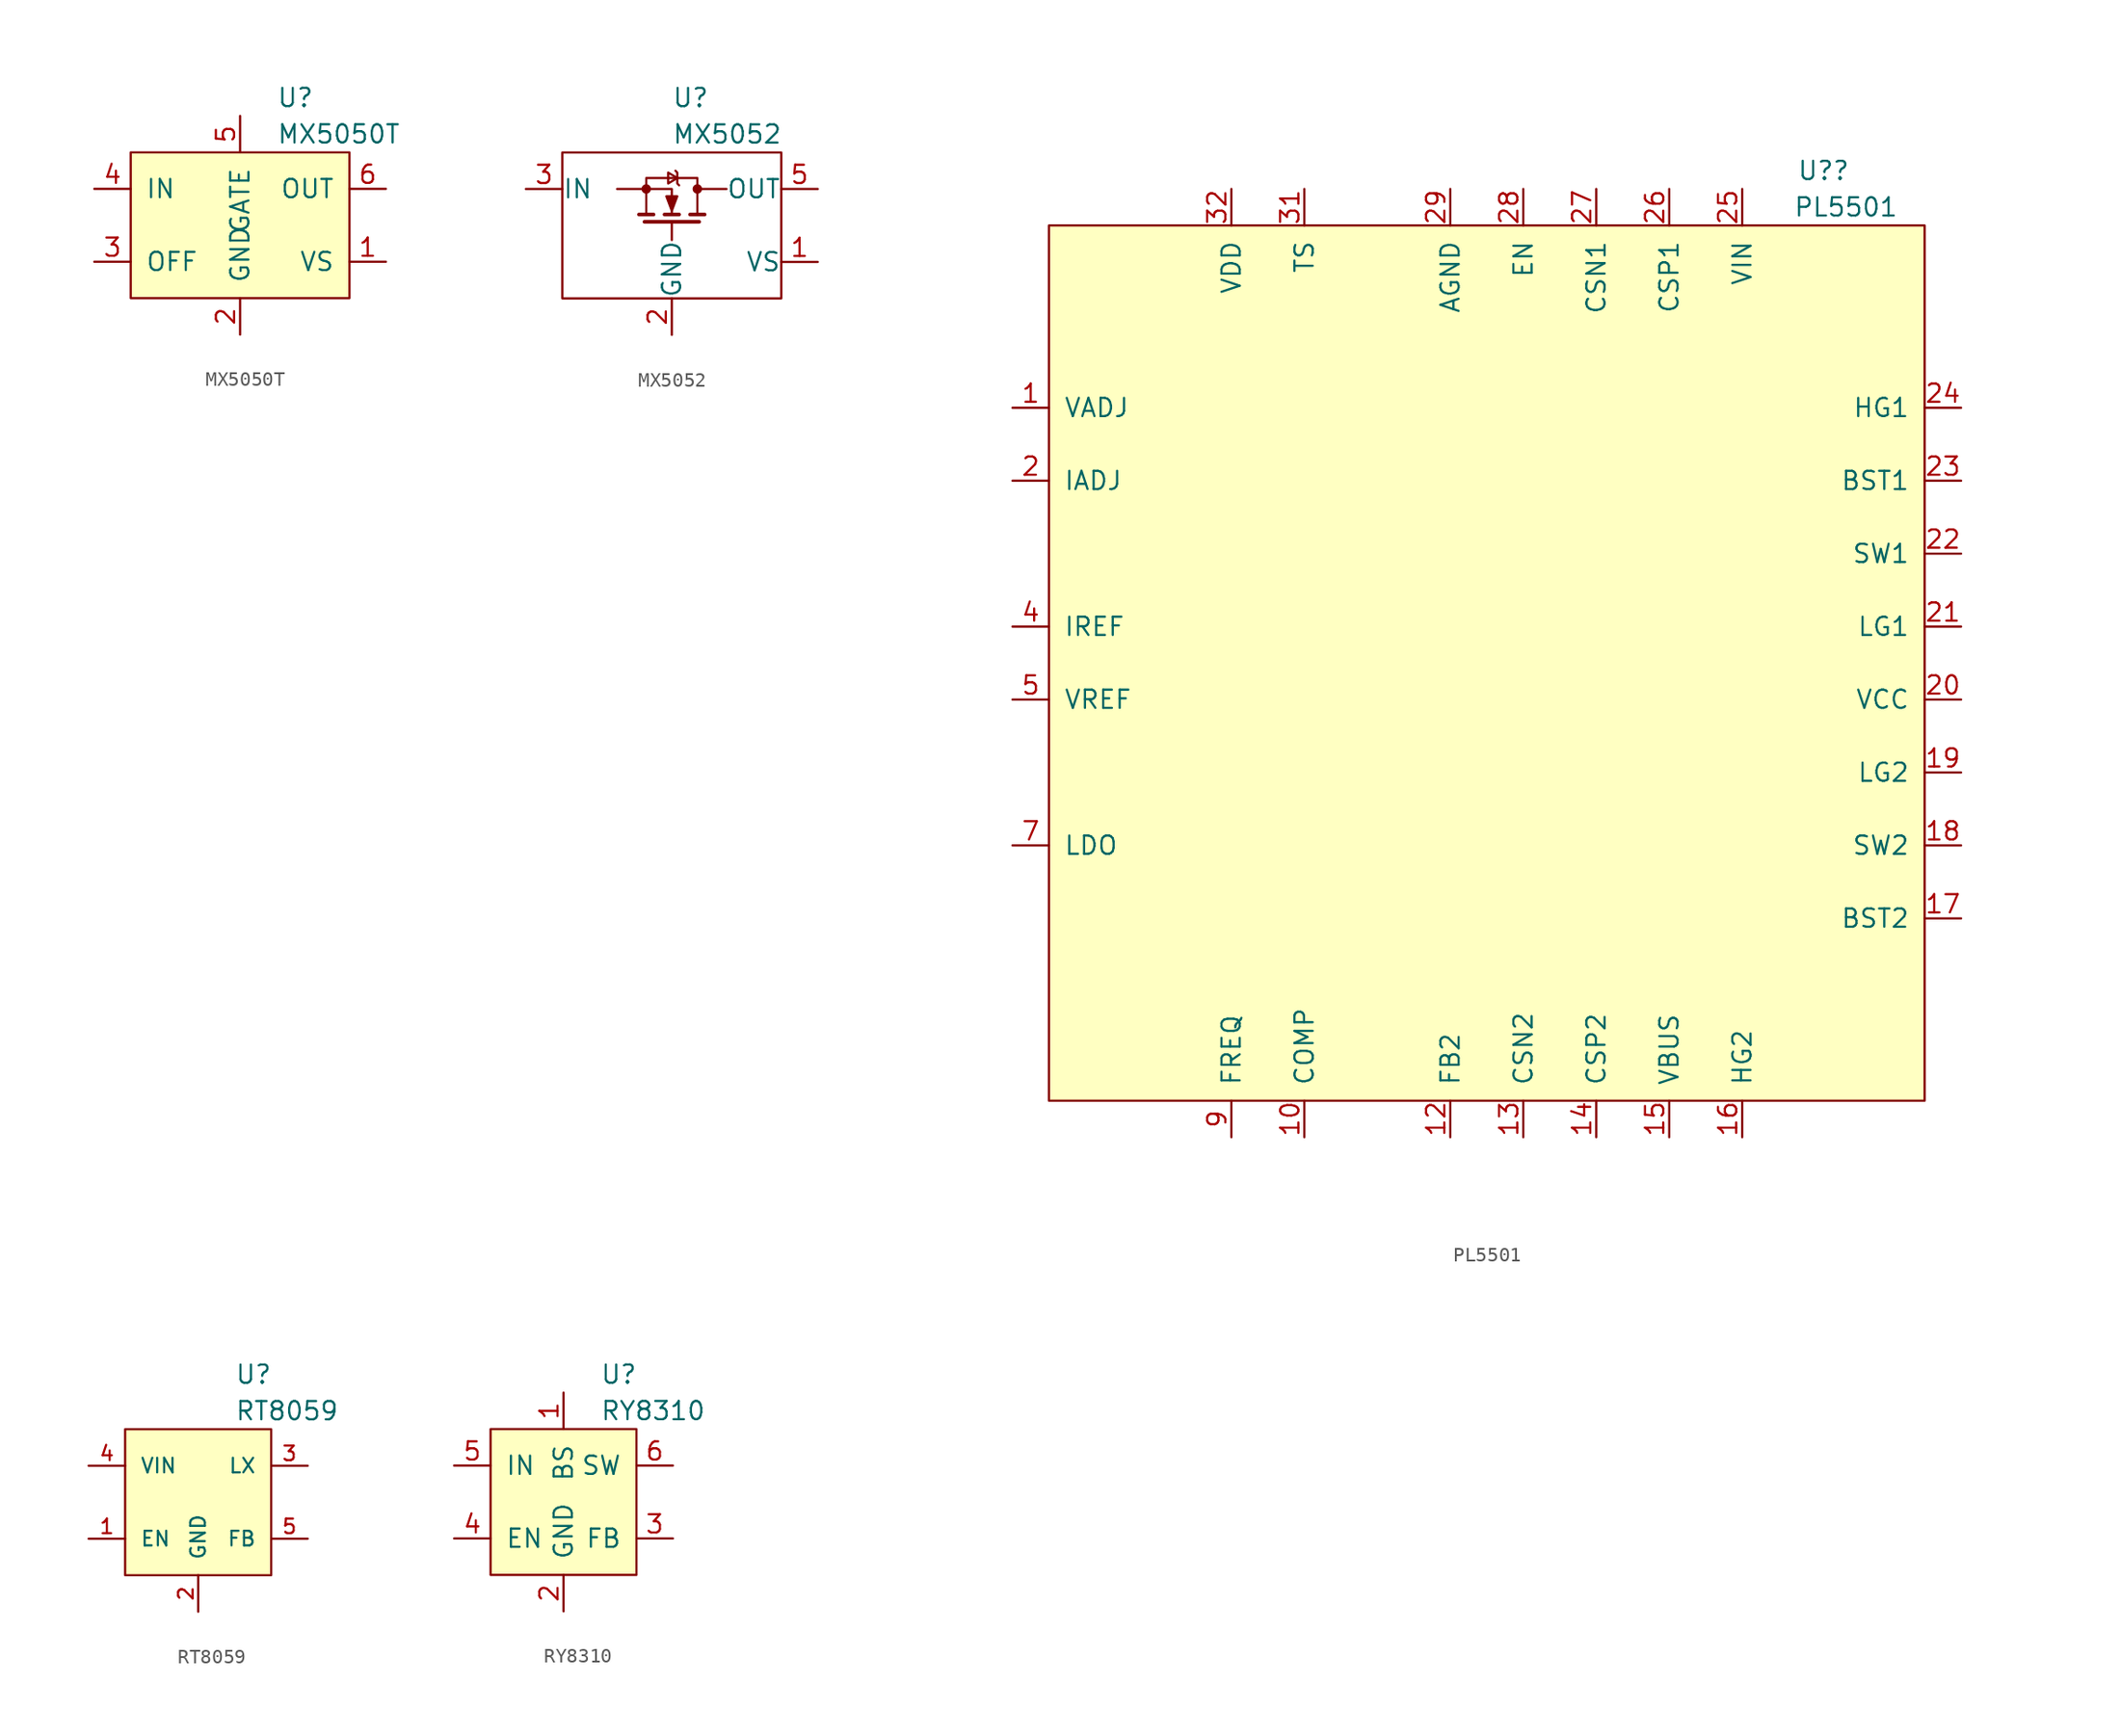
<source format=kicad_sym>
(kicad_symbol_lib
  (version 20241209)
  (generator "kicad_symbol_editor")
  (generator_version "9.0")
  (symbol "MX5050T"
    (pin_names
      (offset 1.016))
    (property "Reference" "U"
      (at 2.54 8.89 0)
      (effects (font (size 1.27 1.27)) (justify left)))
    (property "Value" "MX5050T"
      (at 2.54 6.35 0)
      (effects (font (size 1.27 1.27)) (justify left)))
    (symbol "MX5050T_0_1"
      (rectangle (start -7.62 5.08) (end 7.62 -5.08) (stroke (width 0) (type default)) (fill (type background))))
    (symbol "MX5050T_1_1"
      (pin power_in line (at -10.16 2.54 0) (length 2.54) (name "IN" (effects (font (size 1.27 1.27)))) (number "4" (effects (font (size 1.27 1.27)))))
      (pin input line (at -10.16 -2.54 0) (length 2.54) (name "OFF" (effects (font (size 1.27 1.27)))) (number "3" (effects (font (size 1.27 1.27)))))
      (pin output line (at 0 7.62 270) (length 2.54) (name "GATE" (effects (font (size 1.27 1.27)))) (number "5" (effects (font (size 1.27 1.27)))))
      (pin power_in line (at 0 -7.62 90) (length 2.54) (name "GND" (effects (font (size 1.27 1.27)))) (number "2" (effects (font (size 1.27 1.27)))))
      (pin input line (at 10.16 2.54 180) (length 2.54) (name "OUT" (effects (font (size 1.27 1.27)))) (number "6" (effects (font (size 1.27 1.27)))))
      (pin input line (at 10.16 -2.54 180) (length 2.54) (name "VS" (effects (font (size 1.27 1.27)))) (number "1" (effects (font (size 1.27 1.27)))))))
  (symbol "MX5052"
    (pin_names
      (offset 0.002))
    (property "Reference" "U"
      (at 0 8.89 0)
      (effects (font (size 1.27 1.27)) (justify left)))
    (property "Value" "MX5052"
      (at 0 6.35 0)
      (effects (font (size 1.27 1.27)) (justify left)))
    (symbol "MX5052_0_1"
      (rectangle (start -7.62 5.08) (end 7.62 -5.08) (stroke (width 0) (type default)) (fill (type none)))
      (polyline (pts (xy -3.81 2.54) (xy 0 2.54) (xy 0 0.762)) (stroke (width 0) (type default)) (fill (type none)))
      (circle (center -1.778 2.54) (radius 0.254) (stroke (width 0) (type default)) (fill (type outline)))
      (polyline (pts (xy -1.778 0.762) (xy -1.778 3.302) (xy 1.778 3.302) (xy 1.778 0.762)) (stroke (width 0) (type default)) (fill (type none)))
      (polyline (pts (xy -1.27 0.762) (xy -2.286 0.762)) (stroke (width 0.254) (type default)) (fill (type none)))
      (polyline (pts (xy 0 1.016) (xy 0.381 2.032) (xy -0.381 2.032) (xy 0 1.016)) (stroke (width 0) (type default)) (fill (type outline)))
      (polyline (pts (xy 0 0.254) (xy 0 -1.016)) (stroke (width 0) (type default)) (fill (type none)))
      (polyline (pts (xy 0.381 3.302) (xy -0.254 2.921) (xy -0.254 3.683) (xy 0.381 3.302)) (stroke (width 0) (type default)) (fill (type none)))
      (polyline (pts (xy 0.508 2.794) (xy 0.381 2.921) (xy 0.381 3.683) (xy 0.254 3.81)) (stroke (width 0) (type default)) (fill (type none)))
      (polyline (pts (xy 0.508 0.762) (xy -0.508 0.762)) (stroke (width 0.254) (type default)) (fill (type none)))
      (circle (center 1.778 2.54) (radius 0.254) (stroke (width 0) (type default)) (fill (type outline)))
      (polyline (pts (xy 1.905 0.254) (xy -1.905 0.254)) (stroke (width 0.254) (type default)) (fill (type none)))
      (polyline (pts (xy 2.286 0.762) (xy 1.27 0.762)) (stroke (width 0.254) (type default)) (fill (type none)))
      (polyline (pts (xy 3.81 2.54) (xy 1.778 2.54)) (stroke (width 0) (type default)) (fill (type none))))
    (symbol "MX5052_1_0"
      (pin power_in line (at -10.16 2.54 0) (length 2.54) (hide yes) (name "IN" (effects (font (size 1.27 1.27)))) (number "4" (effects (font (size 1.27 1.27)))))
      (pin power_out line (at 10.16 2.54 180) (length 2.54) (hide yes) (name "OUT" (effects (font (size 1.27 1.27)))) (number "6" (effects (font (size 1.27 1.27)))))
      (pin power_out line (at 10.16 2.54 180) (length 2.54) (hide yes) (name "OUT" (effects (font (size 1.27 1.27)))) (number "7" (effects (font (size 1.27 1.27)))))
      (pin power_out line (at 10.16 2.54 180) (length 2.54) (hide yes) (name "OUT" (effects (font (size 1.27 1.27)))) (number "8" (effects (font (size 1.27 1.27))))))
    (symbol "MX5052_1_1"
      (pin power_in line (at -10.16 2.54 0) (length 2.54) (name "IN" (effects (font (size 1.27 1.27)))) (number "3" (effects (font (size 1.27 1.27)))))
      (pin power_in line (at 0 -7.62 90) (length 2.54) (name "GND" (effects (font (size 1.27 1.27)))) (number "2" (effects (font (size 1.27 1.27)))))
      (pin power_out line (at 10.16 2.54 180) (length 2.54) (name "OUT" (effects (font (size 1.27 1.27)))) (number "5" (effects (font (size 1.27 1.27)))))
      (pin power_in line (at 10.16 -2.54 180) (length 2.54) (name "VS" (effects (font (size 1.27 1.27)))) (number "1" (effects (font (size 1.27 1.27)))))))
  (symbol "PL5501"
    (pin_names
      (offset 1.016))
    (property "Reference" "U?"
      (at 21.59 34.29 0)
      (effects (font (size 1.27 1.27)) (justify left)))
    (property "Value" "PL5501"
      (at 21.336 31.75 0)
      (effects (font (size 1.27 1.27)) (justify left)))
    (symbol "PL5501_0_1"
      (rectangle (start -30.48 30.48) (end 30.48 -30.48) (stroke (width 0) (type default)) (fill (type background))))
    (symbol "PL5501_1_1"
      (pin input line (at -33.02 17.78 0) (length 2.54) (name "VADJ" (effects (font (size 1.27 1.27)))) (number "1" (effects (font (size 1.27 1.27)))))
      (pin input line (at -33.02 12.7 0) (length 2.54) (name "IADJ" (effects (font (size 1.27 1.27)))) (number "2" (effects (font (size 1.27 1.27)))))
      (pin no_connect line (at -33.02 7.62 0) (length 2.54) (hide yes) (name "NC" (effects (font (size 1.27 1.27)))) (number "3" (effects (font (size 1.27 1.27)))))
      (pin input line (at -33.02 2.54 0) (length 2.54) (name "IREF" (effects (font (size 1.27 1.27)))) (number "4" (effects (font (size 1.27 1.27)))))
      (pin input line (at -33.02 -2.54 0) (length 2.54) (name "VREF" (effects (font (size 1.27 1.27)))) (number "5" (effects (font (size 1.27 1.27)))))
      (pin no_connect line (at -33.02 -7.62 0) (length 2.54) (hide yes) (name "NC" (effects (font (size 1.27 1.27)))) (number "6" (effects (font (size 1.27 1.27)))))
      (pin power_out line (at -33.02 -12.7 0) (length 2.54) (name "LDO" (effects (font (size 1.27 1.27)))) (number "7" (effects (font (size 1.27 1.27)))))
      (pin no_connect line (at -33.02 -17.78 0) (length 2.54) (hide yes) (name "NC" (effects (font (size 1.27 1.27)))) (number "8" (effects (font (size 1.27 1.27)))))
      (pin power_in line (at -17.78 33.02 270) (length 2.54) (name "VDD" (effects (font (size 1.27 1.27)))) (number "32" (effects (font (size 1.27 1.27)))))
      (pin input line (at -17.78 -33.02 90) (length 2.54) (name "FREQ" (effects (font (size 1.27 1.27)))) (number "9" (effects (font (size 1.27 1.27)))))
      (pin input line (at -12.7 33.02 270) (length 2.54) (name "TS" (effects (font (size 1.27 1.27)))) (number "31" (effects (font (size 1.27 1.27)))))
      (pin input line (at -12.7 -33.02 90) (length 2.54) (name "COMP" (effects (font (size 1.27 1.27)))) (number "10" (effects (font (size 1.27 1.27)))))
      (pin no_connect line (at -7.62 33.02 270) (length 2.54) (hide yes) (name "NC" (effects (font (size 1.27 1.27)))) (number "30" (effects (font (size 1.27 1.27)))))
      (pin no_connect line (at -7.62 -33.02 90) (length 2.54) (hide yes) (name "NC" (effects (font (size 1.27 1.27)))) (number "11" (effects (font (size 1.27 1.27)))))
      (pin power_in line (at -2.54 33.02 270) (length 2.54) (name "AGND" (effects (font (size 1.27 1.27)))) (number "29" (effects (font (size 1.27 1.27)))))
      (pin power_in line (at -2.54 33.02 270) (length 2.54) (hide yes) (name "AGND" (effects (font (size 1.27 1.27)))) (number "33" (effects (font (size 1.27 1.27)))))
      (pin input line (at -2.54 -33.02 90) (length 2.54) (name "FB2" (effects (font (size 1.27 1.27)))) (number "12" (effects (font (size 1.27 1.27)))))
      (pin input line (at 2.54 33.02 270) (length 2.54) (name "EN" (effects (font (size 1.27 1.27)))) (number "28" (effects (font (size 1.27 1.27)))))
      (pin input line (at 2.54 -33.02 90) (length 2.54) (name "CSN2" (effects (font (size 1.27 1.27)))) (number "13" (effects (font (size 1.27 1.27)))))
      (pin input line (at 7.62 33.02 270) (length 2.54) (name "CSN1" (effects (font (size 1.27 1.27)))) (number "27" (effects (font (size 1.27 1.27)))))
      (pin input line (at 7.62 -33.02 90) (length 2.54) (name "CSP2" (effects (font (size 1.27 1.27)))) (number "14" (effects (font (size 1.27 1.27)))))
      (pin input line (at 12.7 33.02 270) (length 2.54) (name "CSP1" (effects (font (size 1.27 1.27)))) (number "26" (effects (font (size 1.27 1.27)))))
      (pin power_in line (at 12.7 -33.02 90) (length 2.54) (name "VBUS" (effects (font (size 1.27 1.27)))) (number "15" (effects (font (size 1.27 1.27)))))
      (pin power_in line (at 17.78 33.02 270) (length 2.54) (name "VIN" (effects (font (size 1.27 1.27)))) (number "25" (effects (font (size 1.27 1.27)))))
      (pin output line (at 17.78 -33.02 90) (length 2.54) (name "HG2" (effects (font (size 1.27 1.27)))) (number "16" (effects (font (size 1.27 1.27)))))
      (pin output line (at 33.02 17.78 180) (length 2.54) (name "HG1" (effects (font (size 1.27 1.27)))) (number "24" (effects (font (size 1.27 1.27)))))
      (pin power_out line (at 33.02 12.7 180) (length 2.54) (name "BST1" (effects (font (size 1.27 1.27)))) (number "23" (effects (font (size 1.27 1.27)))))
      (pin power_out line (at 33.02 7.62 180) (length 2.54) (name "SW1" (effects (font (size 1.27 1.27)))) (number "22" (effects (font (size 1.27 1.27)))))
      (pin output line (at 33.02 2.54 180) (length 2.54) (name "LG1" (effects (font (size 1.27 1.27)))) (number "21" (effects (font (size 1.27 1.27)))))
      (pin power_out line (at 33.02 -2.54 180) (length 2.54) (name "VCC" (effects (font (size 1.27 1.27)))) (number "20" (effects (font (size 1.27 1.27)))))
      (pin output line (at 33.02 -7.62 180) (length 2.54) (name "LG2" (effects (font (size 1.27 1.27)))) (number "19" (effects (font (size 1.27 1.27)))))
      (pin power_out line (at 33.02 -12.7 180) (length 2.54) (name "SW2" (effects (font (size 1.27 1.27)))) (number "18" (effects (font (size 1.27 1.27)))))
      (pin power_out line (at 33.02 -17.78 180) (length 2.54) (name "BST2" (effects (font (size 1.27 1.27)))) (number "17" (effects (font (size 1.27 1.27)))))))
  (symbol "RT8059"
    (pin_names
      (offset 1.016))
    (property "Reference" "U"
      (at 2.54 8.89 0)
      (effects (font (size 1.27 1.27)) (justify left)))
    (property "Value" "RT8059"
      (at 2.54 6.35 0)
      (effects (font (size 1.27 1.27)) (justify left)))
    (symbol "RT8059_0_1"
      (rectangle (start -5.08 5.08) (end 5.08 -5.08) (stroke (width 0) (type default)) (fill (type background))))
    (symbol "RT8059_1_1"
      (pin power_in line (at -7.62 2.54 0) (length 2.54) (name "VIN" (effects (font (size 1.016 1.016)))) (number "4" (effects (font (size 1.016 1.016)))))
      (pin input line (at -7.62 -2.54 0) (length 2.54) (name "EN" (effects (font (size 1.016 1.016)))) (number "1" (effects (font (size 1.016 1.016)))))
      (pin power_in line (at 0 -7.62 90) (length 2.54) (name "GND" (effects (font (size 1.016 1.016)))) (number "2" (effects (font (size 1.016 1.016)))))
      (pin power_out line (at 7.62 2.54 180) (length 2.54) (name "LX" (effects (font (size 1.016 1.016)))) (number "3" (effects (font (size 1.016 1.016)))))
      (pin input line (at 7.62 -2.54 180) (length 2.54) (name "FB" (effects (font (size 1.016 1.016)))) (number "5" (effects (font (size 1.016 1.016)))))))
  (symbol "RY8310"
    (pin_names
      (offset 1.016))
    (property "Reference" "U"
      (at 2.54 8.89 0)
      (effects (font (size 1.27 1.27)) (justify left)))
    (property "Value" "RY8310"
      (at 2.54 6.35 0)
      (effects (font (size 1.27 1.27)) (justify left)))
    (symbol "RY8310_0_1"
      (rectangle (start -5.08 5.08) (end 5.08 -5.08) (stroke (width 0) (type default)) (fill (type background))))
    (symbol "RY8310_1_1"
      (pin power_in line (at -7.62 2.54 0) (length 2.54) (name "IN" (effects (font (size 1.27 1.27)))) (number "5" (effects (font (size 1.27 1.27)))))
      (pin input line (at -7.62 -2.54 0) (length 2.54) (name "EN" (effects (font (size 1.27 1.27)))) (number "4" (effects (font (size 1.27 1.27)))))
      (pin input line (at 0 7.62 270) (length 2.54) (name "BS" (effects (font (size 1.27 1.27)))) (number "1" (effects (font (size 1.27 1.27)))))
      (pin power_in line (at 0 -7.62 90) (length 2.54) (name "GND" (effects (font (size 1.27 1.27)))) (number "2" (effects (font (size 1.27 1.27)))))
      (pin power_out line (at 7.62 2.54 180) (length 2.54) (name "SW" (effects (font (size 1.27 1.27)))) (number "6" (effects (font (size 1.27 1.27)))))
      (pin input line (at 7.62 -2.54 180) (length 2.54) (name "FB" (effects (font (size 1.27 1.27)))) (number "3" (effects (font (size 1.27 1.27))))))))
</source>
